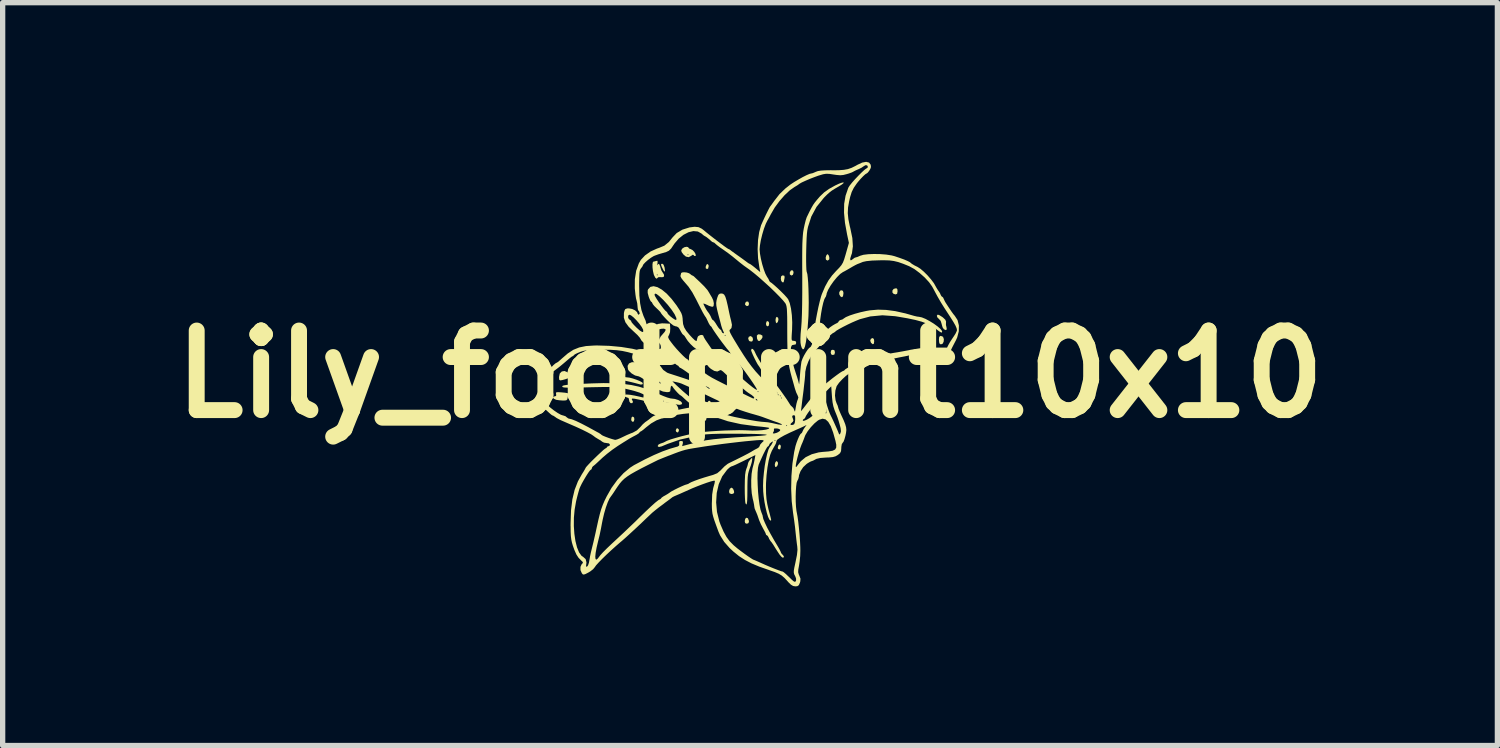
<source format=kicad_pcb>
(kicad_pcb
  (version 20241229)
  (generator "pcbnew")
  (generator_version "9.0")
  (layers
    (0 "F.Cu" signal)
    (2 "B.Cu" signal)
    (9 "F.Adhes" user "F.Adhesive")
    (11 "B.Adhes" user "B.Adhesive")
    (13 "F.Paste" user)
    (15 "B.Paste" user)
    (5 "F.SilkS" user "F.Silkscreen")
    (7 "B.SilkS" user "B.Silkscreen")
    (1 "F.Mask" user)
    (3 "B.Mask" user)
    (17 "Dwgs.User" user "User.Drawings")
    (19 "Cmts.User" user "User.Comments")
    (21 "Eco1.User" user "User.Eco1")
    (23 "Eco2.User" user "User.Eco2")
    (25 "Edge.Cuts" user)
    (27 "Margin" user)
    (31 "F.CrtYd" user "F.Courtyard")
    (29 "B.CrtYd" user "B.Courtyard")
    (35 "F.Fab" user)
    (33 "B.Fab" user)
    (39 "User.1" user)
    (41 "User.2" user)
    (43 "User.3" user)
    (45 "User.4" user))
  (footprint "Lily_footprint10x10"
    (layer "F.Cu")
    (at 11.086 4.001)
    (property "Reference" "Lily_footprint10x10" (at 0 0 0) (layer "F.SilkS") (effects (font (size 1.5 1.5) (thickness 0.3))))
    (attr board_only exclude_from_pos_files exclude_from_bom)
    (fp_poly (pts (xy -2.186 0.817) (xy -2.18 0.85) (xy -2.19 0.89) (xy -2.21 0.9) (xy -2.234 0.883) (xy -2.24 0.85) (xy -2.23 0.81) (xy -2.21 0.8)) (stroke (width 0) (type solid)) (fill yes) (layer "F.SilkS"))
    (fp_poly (pts (xy -1.346 1.037) (xy -1.34 1.06) (xy -1.353 1.093) (xy -1.37 1.1) (xy -1.394 1.083) (xy -1.4 1.06) (xy -1.387 1.027) (xy -1.37 1.02)) (stroke (width 0) (type solid)) (fill yes) (layer "F.SilkS"))
    (fp_poly (pts (xy -0.826 0.797) (xy -0.82 0.83) (xy -0.83 0.87) (xy -0.85 0.88) (xy -0.874 0.863) (xy -0.88 0.83) (xy -0.87 0.79) (xy -0.85 0.78)) (stroke (width 0) (type solid)) (fill yes) (layer "F.SilkS"))
    (fp_poly (pts (xy -0.783 -2.056) (xy -0.78 -2.032) (xy -0.79 -1.99) (xy -0.811 -1.98) (xy -0.835 -1.995) (xy -0.836 -2.023) (xy -0.821 -2.064) (xy -0.8 -2.075)) (stroke (width 0) (type solid)) (fill yes) (layer "F.SilkS"))
    (fp_poly (pts (xy 0.354 -0.983) (xy 0.36 -0.95) (xy 0.35 -0.91) (xy 0.33 -0.9) (xy 0.306 -0.917) (xy 0.3 -0.95) (xy 0.31 -0.99) (xy 0.33 -1)) (stroke (width 0) (type solid)) (fill yes) (layer "F.SilkS"))
    (fp_poly (pts (xy 0.577 1.344) (xy 0.58 1.368) (xy 0.57 1.41) (xy 0.549 1.42) (xy 0.525 1.405) (xy 0.524 1.377) (xy 0.539 1.336) (xy 0.56 1.325)) (stroke (width 0) (type solid)) (fill yes) (layer "F.SilkS"))
    (fp_poly (pts (xy 1.591 -0.448) (xy 1.6 -0.41) (xy 1.591 -0.371) (xy 1.56 -0.36) (xy 1.529 -0.372) (xy 1.52 -0.41) (xy 1.529 -0.449) (xy 1.56 -0.46)) (stroke (width 0) (type solid)) (fill yes) (layer "F.SilkS"))
    (fp_poly (pts (xy 2.333 -0.663) (xy 2.34 -0.62) (xy 2.333 -0.573) (xy 2.313 -0.563) (xy 2.28 -0.59) (xy 2.265 -0.63) (xy 2.277 -0.665) (xy 2.309 -0.68)) (stroke (width 0) (type solid)) (fill yes) (layer "F.SilkS"))
    (fp_poly (pts (xy -0.745 0.517) (xy -0.74 0.539) (xy -0.749 0.578) (xy -0.771 0.593) (xy -0.787 0.586) (xy -0.8 0.554) (xy -0.794 0.519) (xy -0.773 0.5) (xy -0.77 0.5)) (stroke (width 0) (type solid)) (fill yes) (layer "F.SilkS"))
    (fp_poly (pts (xy -0.043 2.715) (xy -0.038 2.722) (xy -0.02 2.771) (xy -0.029 2.807) (xy -0.06 2.82) (xy -0.092 2.808) (xy -0.1 2.771) (xy -0.091 2.727) (xy -0.069 2.706)) (stroke (width 0) (type solid)) (fill yes) (layer "F.SilkS"))
    (fp_poly (pts (xy -0.036 -1.367) (xy -0.023 -1.342) (xy -0.02 -1.319) (xy -0.033 -1.288) (xy -0.062 -1.282) (xy -0.089 -1.303) (xy -0.094 -1.312) (xy -0.09 -1.345) (xy -0.066 -1.368)) (stroke (width 0) (type solid)) (fill yes) (layer "F.SilkS"))
    (fp_poly (pts (xy 0.195 -0.747) (xy 0.233 -0.726) (xy 0.234 -0.691) (xy 0.212 -0.655) (xy 0.177 -0.624) (xy 0.149 -0.631) (xy 0.131 -0.673) (xy 0.128 -0.726) (xy 0.152 -0.75)) (stroke (width 0) (type solid)) (fill yes) (layer "F.SilkS"))
    (fp_poly (pts (xy 0.425 -0.225) (xy 0.435 -0.184) (xy 0.43 -0.16) (xy 0.408 -0.124) (xy 0.382 -0.123) (xy 0.363 -0.153) (xy 0.36 -0.18) (xy 0.369 -0.227) (xy 0.389 -0.24)) (stroke (width 0) (type solid)) (fill yes) (layer "F.SilkS"))
    (fp_poly (pts (xy 0.814 -1.943) (xy 0.82 -1.91) (xy 0.808 -1.872) (xy 0.781 -1.858) (xy 0.753 -1.876) (xy 0.751 -1.878) (xy 0.748 -1.914) (xy 0.766 -1.948) (xy 0.792 -1.96)) (stroke (width 0) (type solid)) (fill yes) (layer "F.SilkS"))
    (fp_poly (pts (xy 0.015 -0.716) (xy 0.044 -0.695) (xy 0.056 -0.659) (xy 0.047 -0.624) (xy 0.033 -0.614) (xy -0.004 -0.618) (xy -0.021 -0.631) (xy -0.035 -0.67) (xy -0.024 -0.703) (xy 0.008 -0.717)) (stroke (width 0) (type solid)) (fill yes) (layer "F.SilkS"))
    (fp_poly (pts (xy 0.522 1.656) (xy 0.527 1.692) (xy 0.512 1.731) (xy 0.512 1.731) (xy 0.487 1.753) (xy 0.472 1.743) (xy 0.466 1.709) (xy 0.474 1.669) (xy 0.491 1.643) (xy 0.499 1.64)) (stroke (width 0) (type solid)) (fill yes) (layer "F.SilkS"))
    (fp_poly (pts (xy 0.53 -1.06) (xy 0.535 -1.027) (xy 0.525 -0.987) (xy 0.506 -0.962) (xy 0.499 -0.96) (xy 0.486 -0.977) (xy 0.48 -1.019) (xy 0.48 -1.02) (xy 0.488 -1.065) (xy 0.506 -1.08)) (stroke (width 0) (type solid)) (fill yes) (layer "F.SilkS"))
    (fp_poly (pts (xy 1.238 -0.111) (xy 1.238 -0.111) (xy 1.257 -0.083) (xy 1.257 -0.047) (xy 1.24 -0.022) (xy 1.229 -0.02) (xy 1.196 -0.036) (xy 1.187 -0.051) (xy 1.187 -0.088) (xy 1.208 -0.112)) (stroke (width 0) (type solid)) (fill yes) (layer "F.SilkS"))
    (fp_poly (pts (xy 1.75 -1.57) (xy 1.76 -1.535) (xy 1.76 -1.521) (xy 1.752 -1.468) (xy 1.732 -1.449) (xy 1.703 -1.465) (xy 1.681 -1.505) (xy 1.682 -1.546) (xy 1.702 -1.575) (xy 1.72 -1.58)) (stroke (width 0) (type solid)) (fill yes) (layer "F.SilkS"))
    (fp_poly (pts (xy 2.776 -1.601) (xy 2.78 -1.56) (xy 2.772 -1.515) (xy 2.744 -1.502) (xy 2.705 -1.513) (xy 2.683 -1.539) (xy 2.684 -1.577) (xy 2.707 -1.606) (xy 2.712 -1.608) (xy 2.756 -1.619)) (stroke (width 0) (type solid)) (fill yes) (layer "F.SilkS"))
    (fp_poly (pts (xy -1.63 -2.062) (xy -1.613 -2.016) (xy -1.611 -2.008) (xy -1.603 -1.95) (xy -1.609 -1.93) (xy -1.626 -1.947) (xy -1.647 -1.987) (xy -1.672 -2.042) (xy -1.678 -2.069) (xy -1.666 -2.079) (xy -1.652 -2.08)) (stroke (width 0) (type solid)) (fill yes) (layer "F.SilkS"))
    (fp_poly (pts (xy -0.321 2.158) (xy -0.303 2.202) (xy -0.3 2.232) (xy -0.316 2.253) (xy -0.349 2.26) (xy -0.382 2.249) (xy -0.39 2.24) (xy -0.395 2.204) (xy -0.382 2.164) (xy -0.357 2.141) (xy -0.351 2.14)) (stroke (width 0) (type solid)) (fill yes) (layer "F.SilkS"))
    (fp_poly (pts (xy 0.646 -1.854) (xy 0.652 -1.829) (xy 0.647 -1.795) (xy 0.637 -1.748) (xy 0.63 -1.73) (xy 0.617 -1.73) (xy 0.605 -1.734) (xy 0.587 -1.759) (xy 0.58 -1.802) (xy 0.587 -1.845) (xy 0.611 -1.86) (xy 0.62 -1.86)) (stroke (width 0) (type solid)) (fill yes) (layer "F.SilkS"))
    (fp_poly (pts (xy 1.48 -2.243) (xy 1.493 -2.206) (xy 1.494 -2.169) (xy 1.49 -2.16) (xy 1.465 -2.141) (xy 1.46 -2.14) (xy 1.434 -2.154) (xy 1.43 -2.16) (xy 1.425 -2.193) (xy 1.435 -2.232) (xy 1.453 -2.258) (xy 1.46 -2.26)) (stroke (width 0) (type solid)) (fill yes) (layer "F.SilkS"))
    (fp_poly (pts (xy 3.637 -0.704) (xy 3.653 -0.659) (xy 3.648 -0.608) (xy 3.626 -0.569) (xy 3.593 -0.561) (xy 3.573 -0.573) (xy 3.564 -0.601) (xy 3.56 -0.649) (xy 3.56 -0.653) (xy 3.565 -0.701) (xy 3.585 -0.719) (xy 3.598 -0.72)) (stroke (width 0) (type solid)) (fill yes) (layer "F.SilkS"))
    (fp_poly (pts (xy -3.44 -0.035) (xy -3.407 -0.005) (xy -3.36 0.05) (xy -3.422 0.076) (xy -3.486 0.098) (xy -3.542 0.113) (xy -3.58 0.118) (xy -3.597 0.104) (xy -3.6 0.062) (xy -3.6 0.053) (xy -3.586 -0.012) (xy -3.548 -0.05) (xy -3.497 -0.059)) (stroke (width 0) (type solid)) (fill yes) (layer "F.SilkS"))
    (fp_poly (pts (xy 3.572 -1.109) (xy 3.618 -1.08) (xy 3.635 -1.068) (xy 3.681 -1.024) (xy 3.695 -0.987) (xy 3.693 -0.976) (xy 3.692 -0.926) (xy 3.701 -0.889) (xy 3.708 -0.845) (xy 3.69 -0.829) (xy 3.653 -0.846) (xy 3.629 -0.881) (xy 3.613 -0.935) (xy 3.613 -0.939) (xy 3.593 -1.003) (xy 3.563 -1.036) (xy 3.531 -1.068) (xy 3.52 -1.099) (xy 3.533 -1.119) (xy 3.543 -1.12)) (stroke (width 0) (type solid)) (fill yes) (layer "F.SilkS"))
    (fp_poly (pts (xy -2.43 0.035) (xy -2.421 0.039) (xy -2.371 0.055) (xy -2.328 0.06) (xy -2.274 0.066) (xy -2.207 0.083) (xy -2.137 0.107) (xy -2.076 0.132) (xy -2.033 0.156) (xy -2.02 0.173) (xy -2.03 0.194) (xy -2.063 0.196) (xy -2.12 0.181) (xy -2.168 0.168) (xy -2.236 0.151) (xy -2.28 0.141) (xy -2.365 0.122) (xy -2.417 0.107) (xy -2.446 0.095) (xy -2.458 0.08) (xy -2.46 0.059) (xy -2.46 0.058) (xy -2.454 0.031)) (stroke (width 0) (type solid)) (fill yes) (layer "F.SilkS"))
    (fp_poly (pts (xy -3.553 0.344) (xy -3.49 0.35) (xy -3.446 0.357) (xy -3.432 0.362) (xy -3.43 0.385) (xy -3.434 0.431) (xy -3.435 0.435) (xy -3.444 0.476) (xy -3.464 0.494) (xy -3.506 0.498) (xy -3.527 0.498) (xy -3.593 0.493) (xy -3.65 0.485) (xy -3.659 0.482) (xy -3.699 0.463) (xy -3.715 0.44) (xy -3.704 0.423) (xy -3.684 0.42) (xy -3.655 0.411) (xy -3.654 0.379) (xy -3.655 0.377) (xy -3.659 0.353) (xy -3.648 0.342) (xy -3.614 0.34)) (stroke (width 0) (type solid)) (fill yes) (layer "F.SilkS"))
    (fp_poly (pts (xy -1.166 -2.393) (xy -1.16 -2.381) (xy -1.143 -2.364) (xy -1.119 -2.356) (xy -1.084 -2.338) (xy -1.05 -2.303) (xy -1.027 -2.263) (xy -1.024 -2.231) (xy -1.027 -2.226) (xy -1.049 -2.226) (xy -1.058 -2.237) (xy -1.077 -2.251) (xy -1.103 -2.234) (xy -1.106 -2.231) (xy -1.156 -2.204) (xy -1.209 -2.215) (xy -1.25 -2.25) (xy -1.18 -2.25) (xy -1.17 -2.24) (xy -1.16 -2.25) (xy -1.17 -2.26) (xy -1.18 -2.25) (xy -1.25 -2.25) (xy -1.255 -2.254) (xy -1.29 -2.301) (xy -1.297 -2.334) (xy -1.277 -2.366) (xy -1.271 -2.371) (xy -1.237 -2.392) (xy -1.196 -2.4)) (stroke (width 0) (type solid)) (fill yes) (layer "F.SilkS"))
    (fp_poly (pts (xy 0.04 1.615) (xy 0.033 1.657) (xy 0.015 1.72) (xy -0.005 1.774) (xy -0.023 1.827) (xy -0.036 1.879) (xy -0.044 1.939) (xy -0.048 2.017) (xy -0.05 2.123) (xy -0.05 2.175) (xy -0.051 2.299) (xy -0.054 2.386) (xy -0.06 2.438) (xy -0.068 2.458) (xy -0.08 2.447) (xy -0.088 2.428) (xy -0.092 2.397) (xy -0.096 2.335) (xy -0.099 2.249) (xy -0.1 2.149) (xy -0.1 2.128) (xy -0.098 1.996) (xy -0.093 1.898) (xy -0.082 1.828) (xy -0.07 1.787) (xy -0.05 1.733) (xy -0.04 1.692) (xy -0.04 1.687) (xy -0.027 1.652) (xy 0 1.615) (xy 0.04 1.572)) (stroke (width 0) (type solid)) (fill yes) (layer "F.SilkS"))
    (fp_poly (pts (xy -1.742 -2.113) (xy -1.745 -2.088) (xy -1.749 -2.055) (xy -1.746 -2.053) (xy -1.745 -2.055) (xy -1.728 -2.079) (xy -1.709 -2.068) (xy -1.692 -2.025) (xy -1.689 -2.011) (xy -1.672 -1.957) (xy -1.65 -1.92) (xy -1.648 -1.918) (xy -1.624 -1.879) (xy -1.62 -1.858) (xy -1.628 -1.832) (xy -1.66 -1.826) (xy -1.68 -1.828) (xy -1.722 -1.828) (xy -1.74 -1.818) (xy -1.74 -1.817) (xy -1.756 -1.801) (xy -1.765 -1.8) (xy -1.786 -1.817) (xy -1.808 -1.861) (xy -1.812 -1.87) (xy -1.76 -1.87) (xy -1.75 -1.86) (xy -1.74 -1.87) (xy -1.75 -1.88) (xy -1.76 -1.87) (xy -1.812 -1.87) (xy -1.815 -1.88) (xy -1.83 -1.944) (xy -1.838 -2.011) (xy -1.839 -2.07) (xy -1.832 -2.11) (xy -1.822 -2.12) (xy -1.788 -2.127) (xy -1.769 -2.133) (xy -1.746 -2.136)) (stroke (width 0) (type solid)) (fill yes) (layer "F.SilkS"))
    (fp_poly (pts (xy 1.763 -3.601) (xy 1.732 -3.575) (xy 1.68 -3.542) (xy 1.599 -3.495) (xy 1.542 -3.459) (xy 1.498 -3.425) (xy 1.454 -3.386) (xy 1.401 -3.333) (xy 1.383 -3.313) (xy 1.253 -3.152) (xy 1.155 -2.97) (xy 1.092 -2.774) (xy 1.079 -2.71) (xy 1.072 -2.648) (xy 1.066 -2.561) (xy 1.062 -2.458) (xy 1.059 -2.346) (xy 1.057 -2.233) (xy 1.057 -2.127) (xy 1.059 -2.035) (xy 1.062 -1.965) (xy 1.068 -1.925) (xy 1.07 -1.921) (xy 1.08 -1.885) (xy 1.088 -1.816) (xy 1.096 -1.721) (xy 1.101 -1.606) (xy 1.104 -1.48) (xy 1.106 -1.348) (xy 1.104 -1.218) (xy 1.101 -1.097) (xy 1.098 -1.05) (xy 1.085 -0.869) (xy 1.07 -0.719) (xy 1.053 -0.603) (xy 1.035 -0.521) (xy 1.016 -0.475) (xy 0.996 -0.466) (xy 0.975 -0.494) (xy 0.96 -0.539) (xy 0.951 -0.591) (xy 0.949 -0.662) (xy 0.953 -0.758) (xy 0.964 -0.875) (xy 0.972 -0.988) (xy 0.978 -1.138) (xy 0.982 -1.322) (xy 0.984 -1.537) (xy 0.984 -1.781) (xy 0.984 -1.85) (xy 0.983 -2.05) (xy 0.983 -2.214) (xy 0.984 -2.348) (xy 0.986 -2.456) (xy 0.99 -2.543) (xy 0.995 -2.615) (xy 1.001 -2.675) (xy 1.01 -2.728) (xy 1.012 -2.74) (xy 1.03 -2.824) (xy 1.049 -2.899) (xy 1.066 -2.951) (xy 1.07 -2.96) (xy 1.119 -3.061) (xy 1.157 -3.134) (xy 1.19 -3.191) (xy 1.224 -3.239) (xy 1.265 -3.289) (xy 1.318 -3.35) (xy 1.395 -3.424) (xy 1.489 -3.491) (xy 1.602 -3.554) (xy 1.679 -3.59) (xy 1.734 -3.609) (xy 1.763 -3.613)) (stroke (width 0) (type solid)) (fill yes) (layer "F.SilkS"))
    (fp_poly (pts (xy -2.568 0.172) (xy -2.395 0.184) (xy -2.239 0.205) (xy -2.096 0.236) (xy -1.958 0.278) (xy -1.82 0.331) (xy -1.726 0.373) (xy -1.641 0.41) (xy -1.563 0.44) (xy -1.503 0.457) (xy -1.48 0.46) (xy -1.416 0.468) (xy -1.353 0.488) (xy -1.304 0.515) (xy -1.281 0.544) (xy -1.28 0.549) (xy -1.293 0.572) (xy -1.333 0.579) (xy -1.405 0.569) (xy -1.481 0.552) (xy -1.541 0.537) (xy -1.584 0.53) (xy -1.597 0.531) (xy -1.586 0.54) (xy -1.552 0.551) (xy -1.515 0.57) (xy -1.501 0.596) (xy -1.512 0.615) (xy -1.535 0.619) (xy -1.578 0.611) (xy -1.63 0.593) (xy -1.678 0.576) (xy -1.752 0.556) (xy -1.835 0.536) (xy -1.85 0.533) (xy -1.939 0.514) (xy -1.958 0.51) (xy -1.64 0.51) (xy -1.63 0.52) (xy -1.62 0.51) (xy -1.63 0.5) (xy -1.64 0.51) (xy -1.958 0.51) (xy -2.024 0.496) (xy -2.049 0.49) (xy -1.74 0.49) (xy -1.73 0.5) (xy -1.72 0.49) (xy -1.73 0.48) (xy -1.74 0.49) (xy -2.049 0.49) (xy -2.09 0.481) (xy -2.095 0.48) (xy -2.159 0.467) (xy -1.813 0.467) (xy -1.811 0.479) (xy -1.8 0.48) (xy -1.784 0.473) (xy -1.787 0.467) (xy -1.81 0.464) (xy -1.813 0.467) (xy -2.159 0.467) (xy -2.174 0.464) (xy -2.218 0.46) (xy -2.231 0.47) (xy -2.221 0.489) (xy -2.206 0.524) (xy -2.22 0.547) (xy -2.251 0.547) (xy -2.273 0.52) (xy -2.28 0.488) (xy -2.29 0.45) (xy -2.32 0.44) (xy -2.353 0.427) (xy -2.36 0.408) (xy -2.354 0.39) (xy -2.329 0.384) (xy -2.277 0.388) (xy -2.259 0.39) (xy -2.177 0.404) (xy -2.086 0.424) (xy -2.054 0.432) (xy -1.983 0.448) (xy -1.917 0.458) (xy -1.891 0.46) (xy -1.852 0.458) (xy -1.848 0.449) (xy -1.871 0.431) (xy -1.916 0.407) (xy -1.946 0.401) (xy -1.99 0.39) (xy -2.026 0.373) (xy -2.078 0.35) (xy -2.165 0.322) (xy -2.279 0.292) (xy -2.416 0.26) (xy -2.424 0.258) (xy -2.478 0.25) (xy -2.553 0.245) (xy -2.652 0.242) (xy -2.781 0.243) (xy -2.942 0.246) (xy -3.039 0.248) (xy -3.195 0.253) (xy -3.316 0.255) (xy -3.405 0.256) (xy -3.468 0.254) (xy -3.508 0.251) (xy -3.531 0.245) (xy -3.539 0.237) (xy -3.54 0.233) (xy -3.533 0.221) (xy -3.508 0.212) (xy -3.46 0.204) (xy -3.383 0.196) (xy -3.273 0.189) (xy -3.245 0.187) (xy -2.987 0.175) (xy -2.763 0.169)) (stroke (width 0) (type solid)) (fill yes) (layer "F.SilkS"))
    (fp_poly (pts (xy 2.243 -3.987) (xy 2.274 -3.946) (xy 2.279 -3.903) (xy 2.268 -3.87) (xy 2.243 -3.828) (xy 2.214 -3.793) (xy 2.194 -3.78) (xy 2.171 -3.766) (xy 2.131 -3.729) (xy 2.083 -3.679) (xy 2.034 -3.622) (xy 2.009 -3.59) (xy 1.955 -3.511) (xy 1.916 -3.433) (xy 1.887 -3.341) (xy 1.868 -3.26) (xy 1.847 -3.141) (xy 1.842 -3.033) (xy 1.853 -2.921) (xy 1.879 -2.792) (xy 1.89 -2.748) (xy 1.928 -2.564) (xy 1.938 -2.408) (xy 1.921 -2.28) (xy 1.907 -2.24) (xy 1.888 -2.178) (xy 1.89 -2.147) (xy 1.911 -2.148) (xy 1.936 -2.167) (xy 1.972 -2.193) (xy 1.994 -2.2) (xy 2.024 -2.208) (xy 2.071 -2.229) (xy 2.076 -2.231) (xy 2.137 -2.249) (xy 2.227 -2.26) (xy 2.336 -2.264) (xy 2.453 -2.262) (xy 2.567 -2.253) (xy 2.668 -2.237) (xy 2.723 -2.223) (xy 2.818 -2.191) (xy 2.904 -2.16) (xy 2.971 -2.131) (xy 3.013 -2.109) (xy 3.02 -2.103) (xy 3.05 -2.078) (xy 3.102 -2.047) (xy 3.157 -2.02) (xy 3.21 -1.986) (xy 3.276 -1.93) (xy 3.347 -1.859) (xy 3.412 -1.784) (xy 3.464 -1.715) (xy 3.48 -1.687) (xy 3.513 -1.628) (xy 3.542 -1.581) (xy 3.554 -1.565) (xy 3.58 -1.525) (xy 3.59 -1.5) (xy 3.607 -1.468) (xy 3.619 -1.46) (xy 3.638 -1.444) (xy 3.647 -1.425) (xy 3.668 -1.379) (xy 3.684 -1.35) (xy 3.749 -1.25) (xy 3.797 -1.179) (xy 3.831 -1.132) (xy 3.854 -1.104) (xy 3.857 -1.101) (xy 3.91 -1.02) (xy 3.936 -0.918) (xy 3.934 -0.806) (xy 3.904 -0.691) (xy 3.881 -0.64) (xy 3.844 -0.569) (xy 3.809 -0.501) (xy 3.792 -0.465) (xy 3.762 -0.4) (xy 3.483 -0.402) (xy 3.315 -0.399) (xy 3.183 -0.39) (xy 3.087 -0.373) (xy 3.011 -0.355) (xy 2.913 -0.334) (xy 2.813 -0.315) (xy 2.79 -0.31) (xy 2.592 -0.27) (xy 2.4 -0.221) (xy 2.221 -0.166) (xy 2.063 -0.109) (xy 1.933 -0.05) (xy 1.871 -0.015) (xy 1.806 0.034) (xy 1.738 0.097) (xy 1.677 0.163) (xy 1.636 0.221) (xy 1.631 0.23) (xy 1.608 0.31) (xy 1.601 0.404) (xy 1.612 0.494) (xy 1.63 0.547) (xy 1.651 0.593) (xy 1.66 0.625) (xy 1.66 0.625) (xy 1.668 0.653) (xy 1.689 0.705) (xy 1.717 0.768) (xy 1.764 0.869) (xy 1.794 0.944) (xy 1.81 1.002) (xy 1.815 1.053) (xy 1.809 1.107) (xy 1.798 1.16) (xy 1.78 1.226) (xy 1.761 1.275) (xy 1.745 1.295) (xy 1.729 1.32) (xy 1.72 1.374) (xy 1.72 1.391) (xy 1.715 1.451) (xy 1.696 1.49) (xy 1.656 1.523) (xy 1.613 1.548) (xy 1.562 1.563) (xy 1.493 1.57) (xy 1.436 1.572) (xy 1.325 1.58) (xy 1.252 1.597) (xy 1.231 1.608) (xy 1.188 1.631) (xy 1.161 1.64) (xy 1.134 1.651) (xy 1.088 1.678) (xy 1.065 1.694) (xy 1.002 1.753) (xy 0.952 1.828) (xy 0.923 1.903) (xy 0.92 1.933) (xy 0.908 1.98) (xy 0.891 2.011) (xy 0.878 2.048) (xy 0.869 2.115) (xy 0.863 2.204) (xy 0.86 2.303) (xy 0.861 2.406) (xy 0.866 2.5) (xy 0.875 2.579) (xy 0.881 2.61) (xy 0.894 2.68) (xy 0.908 2.78) (xy 0.921 2.899) (xy 0.933 3.026) (xy 0.942 3.151) (xy 0.947 3.263) (xy 0.948 3.33) (xy 0.945 3.428) (xy 0.935 3.529) (xy 0.922 3.613) (xy 0.909 3.685) (xy 0.907 3.733) (xy 0.917 3.772) (xy 0.929 3.799) (xy 0.95 3.854) (xy 0.947 3.905) (xy 0.94 3.931) (xy 0.919 3.978) (xy 0.89 3.997) (xy 0.853 4) (xy 0.812 3.993) (xy 0.771 3.969) (xy 0.722 3.921) (xy 0.703 3.899) (xy 0.649 3.841) (xy 0.598 3.797) (xy 0.54 3.762) (xy 0.465 3.73) (xy 0.361 3.694) (xy 0.357 3.692) (xy 0.177 3.629) (xy 0.028 3.567) (xy -0.097 3.502) (xy -0.208 3.43) (xy -0.313 3.345) (xy -0.385 3.278) (xy -0.487 3.162) (xy -0.565 3.038) (xy -0.595 2.97) (xy -0.639 2.85) (xy -0.672 2.758) (xy -0.694 2.688) (xy -0.708 2.631) (xy -0.715 2.578) (xy -0.719 2.522) (xy -0.72 2.454) (xy -0.72 2.427) (xy -0.719 2.417) (xy -0.639 2.417) (xy -0.623 2.598) (xy -0.578 2.778) (xy -0.555 2.84) (xy -0.499 2.968) (xy -0.445 3.067) (xy -0.385 3.149) (xy -0.311 3.224) (xy -0.24 3.284) (xy -0.177 3.332) (xy -0.108 3.383) (xy -0.041 3.431) (xy 0.017 3.47) (xy 0.057 3.495) (xy 0.07 3.5) (xy 0.09 3.508) (xy 0.137 3.528) (xy 0.2 3.556) (xy 0.204 3.558) (xy 0.291 3.597) (xy 0.381 3.635) (xy 0.468 3.67) (xy 0.541 3.698) (xy 0.592 3.716) (xy 0.612 3.72) (xy 0.634 3.733) (xy 0.676 3.768) (xy 0.727 3.817) (xy 0.73 3.819) (xy 0.788 3.876) (xy 0.825 3.907) (xy 0.847 3.915) (xy 0.86 3.905) (xy 0.868 3.888) (xy 0.867 3.85) (xy 0.848 3.801) (xy 0.846 3.799) (xy 0.832 3.772) (xy 0.825 3.743) (xy 0.825 3.706) (xy 0.834 3.65) (xy 0.852 3.567) (xy 0.858 3.538) (xy 0.884 3.408) (xy 0.894 3.311) (xy 0.89 3.252) (xy 0.882 3.194) (xy 0.872 3.111) (xy 0.862 3.018) (xy 0.859 2.99) (xy 0.848 2.884) (xy 0.832 2.761) (xy 0.815 2.643) (xy 0.81 2.61) (xy 0.785 2.394) (xy 0.775 2.16) (xy 0.78 1.92) (xy 0.794 1.743) (xy 0.861 1.743) (xy 0.869 1.753) (xy 0.886 1.732) (xy 0.916 1.692) (xy 0.956 1.643) (xy 0.96 1.639) (xy 1.048 1.566) (xy 1.163 1.51) (xy 1.294 1.475) (xy 1.369 1.466) (xy 1.48 1.457) (xy 1.557 1.444) (xy 1.603 1.421) (xy 1.624 1.385) (xy 1.625 1.331) (xy 1.61 1.258) (xy 1.566 1.101) (xy 1.522 0.982) (xy 1.474 0.9) (xy 1.423 0.853) (xy 1.367 0.84) (xy 1.305 0.859) (xy 1.278 0.875) (xy 1.214 0.928) (xy 1.146 1) (xy 1.086 1.077) (xy 1.043 1.148) (xy 1.03 1.18) (xy 1.013 1.227) (xy 0.987 1.292) (xy 0.97 1.33) (xy 0.946 1.394) (xy 0.92 1.476) (xy 0.895 1.565) (xy 0.875 1.648) (xy 0.863 1.714) (xy 0.861 1.743) (xy 0.794 1.743) (xy 0.799 1.686) (xy 0.831 1.471) (xy 0.856 1.358) (xy 0.876 1.294) (xy 0.901 1.228) (xy 0.927 1.169) (xy 0.95 1.13) (xy 0.962 1.12) (xy 0.979 1.104) (xy 0.987 1.085) (xy 1.007 1.042) (xy 1.032 1.004) (xy 1.066 0.958) (xy 1.008 0.987) (xy 0.948 1.015) (xy 0.882 1.044) (xy 0.88 1.045) (xy 0.751 1.103) (xy 0.644 1.155) (xy 0.565 1.2) (xy 0.515 1.235) (xy 0.5 1.257) (xy 0.49 1.3) (xy 0.475 1.332) (xy 0.448 1.379) (xy 0.416 1.436) (xy 0.412 1.442) (xy 0.38 1.52) (xy 0.351 1.629) (xy 0.328 1.76) (xy 0.311 1.905) (xy 0.301 2.055) (xy 0.3 2.13) (xy 0.302 2.255) (xy 0.31 2.357) (xy 0.325 2.45) (xy 0.348 2.55) (xy 0.35 2.556) (xy 0.374 2.647) (xy 0.389 2.706) (xy 0.397 2.74) (xy 0.397 2.755) (xy 0.392 2.76) (xy 0.384 2.76) (xy 0.364 2.741) (xy 0.34 2.69) (xy 0.316 2.613) (xy 0.293 2.516) (xy 0.272 2.409) (xy 0.256 2.296) (xy 0.248 2.21) (xy 0.245 2.104) (xy 0.249 1.984) (xy 0.261 1.856) (xy 0.277 1.728) (xy 0.298 1.609) (xy 0.322 1.504) (xy 0.347 1.422) (xy 0.373 1.37) (xy 0.382 1.36) (xy 0.4 1.336) (xy 0.418 1.304) (xy 0.433 1.272) (xy 0.424 1.271) (xy 0.401 1.284) (xy 0.369 1.313) (xy 0.36 1.335) (xy 0.347 1.358) (xy 0.339 1.36) (xy 0.321 1.378) (xy 0.292 1.428) (xy 0.253 1.505) (xy 0.207 1.605) (xy 0.163 1.706) (xy 0.15 1.764) (xy 0.142 1.854) (xy 0.14 1.965) (xy 0.144 2.09) (xy 0.151 2.22) (xy 0.163 2.346) (xy 0.178 2.459) (xy 0.196 2.551) (xy 0.217 2.614) (xy 0.219 2.618) (xy 0.236 2.663) (xy 0.24 2.686) (xy 0.25 2.73) (xy 0.28 2.802) (xy 0.325 2.897) (xy 0.385 3.009) (xy 0.455 3.133) (xy 0.522 3.245) (xy 0.554 3.301) (xy 0.575 3.343) (xy 0.58 3.358) (xy 0.594 3.384) (xy 0.61 3.4) (xy 0.637 3.432) (xy 0.634 3.455) (xy 0.615 3.459) (xy 0.592 3.443) (xy 0.557 3.402) (xy 0.525 3.354) (xy 0.485 3.292) (xy 0.451 3.237) (xy 0.435 3.211) (xy 0.404 3.167) (xy 0.386 3.146) (xy 0.36 3.105) (xy 0.35 3.08) (xy 0.332 3.048) (xy 0.319 3.04) (xy 0.3 3.025) (xy 0.3 3.021) (xy 0.291 2.994) (xy 0.266 2.946) (xy 0.244 2.906) (xy 0.205 2.831) (xy 0.171 2.752) (xy 0.16 2.72) (xy 0.137 2.653) (xy 0.113 2.595) (xy 0.106 2.58) (xy 0.086 2.53) (xy 0.08 2.496) (xy 0.075 2.459) (xy 0.063 2.398) (xy 0.05 2.347) (xy 0.032 2.247) (xy 0.023 2.127) (xy 0.022 1.999) (xy 0.029 1.88) (xy 0.045 1.782) (xy 0.048 1.769) (xy 0.068 1.694) (xy 0.084 1.621) (xy 0.088 1.597) (xy 0.101 1.525) (xy -0.115 1.632) (xy -0.2 1.673) (xy -0.273 1.708) (xy -0.326 1.731) (xy -0.351 1.739) (xy -0.377 1.753) (xy -0.416 1.787) (xy -0.434 1.805) (xy -0.525 1.927) (xy -0.59 2.075) (xy -0.628 2.24) (xy -0.639 2.417) (xy -0.719 2.417) (xy -0.714 2.27) (xy -0.695 2.151) (xy -0.687 2.122) (xy -0.67 2.063) (xy -0.663 2.021) (xy -0.664 2.009) (xy -0.688 2.01) (xy -0.741 2.023) (xy -0.815 2.047) (xy -0.904 2.079) (xy -0.998 2.115) (xy -1.091 2.153) (xy -1.16 2.184) (xy -1.241 2.22) (xy -1.317 2.254) (xy -1.373 2.278) (xy -1.38 2.281) (xy -1.431 2.303) (xy -1.467 2.322) (xy -1.47 2.325) (xy -1.494 2.344) (xy -1.542 2.38) (xy -1.605 2.426) (xy -1.63 2.446) (xy -1.719 2.512) (xy -1.786 2.565) (xy -1.843 2.612) (xy -1.898 2.664) (xy -1.947 2.71) (xy -2.046 2.805) (xy -2.15 2.903) (xy -2.252 2.997) (xy -2.344 3.081) (xy -2.419 3.147) (xy -2.447 3.17) (xy -2.531 3.243) (xy -2.62 3.323) (xy -2.708 3.405) (xy -2.788 3.483) (xy -2.855 3.552) (xy -2.903 3.605) (xy -2.925 3.637) (xy -2.957 3.676) (xy -3.011 3.718) (xy -3.046 3.739) (xy -3.102 3.768) (xy -3.134 3.778) (xy -3.154 3.772) (xy -3.171 3.751) (xy -3.196 3.694) (xy -3.196 3.633) (xy -3.174 3.584) (xy -3.168 3.578) (xy -3.149 3.557) (xy -3.157 3.536) (xy -3.184 3.511) (xy -3.232 3.462) (xy -3.272 3.401) (xy -3.309 3.318) (xy -3.339 3.235) (xy -3.357 3.174) (xy -3.369 3.116) (xy -3.377 3.051) (xy -3.381 2.969) (xy -3.382 2.862) (xy -3.321 2.862) (xy -3.311 3.01) (xy -3.291 3.146) (xy -3.261 3.265) (xy -3.223 3.359) (xy -3.176 3.424) (xy -3.145 3.445) (xy -3.098 3.487) (xy -3.083 3.55) (xy -3.088 3.591) (xy -3.092 3.625) (xy -3.076 3.629) (xy -3.072 3.628) (xy -3.053 3.603) (xy -3.036 3.553) (xy -3.031 3.524) (xy -3.017 3.445) (xy -3.017 3.441) (xy -2.917 3.441) (xy -2.912 3.485) (xy -2.896 3.497) (xy -2.868 3.474) (xy -2.854 3.455) (xy -2.822 3.413) (xy -2.771 3.357) (xy -2.698 3.284) (xy -2.6 3.191) (xy -2.475 3.075) (xy -2.473 3.073) (xy -2.376 2.983) (xy -2.267 2.879) (xy -2.16 2.777) (xy -2.096 2.713) (xy -1.971 2.592) (xy -1.868 2.495) (xy -1.788 2.423) (xy -1.731 2.378) (xy -1.701 2.36) (xy -1.699 2.36) (xy -1.68 2.347) (xy -1.68 2.345) (xy -1.664 2.326) (xy -1.624 2.299) (xy -1.606 2.29) (xy -1.555 2.26) (xy -1.517 2.235) (xy -1.511 2.23) (xy -1.481 2.21) (xy -1.427 2.181) (xy -1.361 2.148) (xy -1.294 2.117) (xy -1.236 2.092) (xy -1.201 2.08) (xy -1.197 2.08) (xy -1.163 2.068) (xy -1.142 2.054) (xy -1.107 2.036) (xy -1.043 2.01) (xy -0.958 1.979) (xy -0.862 1.948) (xy -0.762 1.918) (xy -0.698 1.9) (xy -0.619 1.868) (xy -0.552 1.812) (xy -0.535 1.793) (xy -0.481 1.738) (xy -0.423 1.692) (xy -0.398 1.678) (xy -0.253 1.607) (xy -0.133 1.547) (xy -0.039 1.498) (xy 0.022 1.464) (xy 0.03 1.459) (xy 0.085 1.426) (xy 0.134 1.401) (xy 0.135 1.401) (xy 0.17 1.376) (xy 0.18 1.355) (xy 0.194 1.324) (xy 0.225 1.29) (xy 0.255 1.262) (xy 0.255 1.25) (xy 0.46 1.25) (xy 0.47 1.26) (xy 0.48 1.25) (xy 0.47 1.24) (xy 0.46 1.25) (xy 0.255 1.25) (xy 0.255 1.25) (xy 0.23 1.243) (xy 0.194 1.242) (xy 0.124 1.246) (xy 0.027 1.255) (xy -0.092 1.266) (xy -0.227 1.281) (xy -0.371 1.298) (xy -0.518 1.316) (xy -0.663 1.336) (xy -0.8 1.355) (xy -0.84 1.361) (xy -0.973 1.382) (xy -1.074 1.398) (xy -1.154 1.412) (xy -1.22 1.427) (xy -1.282 1.445) (xy -1.347 1.467) (xy -1.425 1.496) (xy -1.525 1.535) (xy -1.53 1.536) (xy -1.611 1.568) (xy -1.68 1.596) (xy -1.727 1.615) (xy -1.74 1.621) (xy -1.909 1.705) (xy -2.047 1.775) (xy -2.157 1.834) (xy -2.245 1.884) (xy -2.314 1.929) (xy -2.369 1.971) (xy -2.415 2.015) (xy -2.455 2.062) (xy -2.494 2.116) (xy -2.533 2.174) (xy -2.572 2.234) (xy -2.603 2.279) (xy -2.619 2.3) (xy -2.619 2.3) (xy -2.649 2.344) (xy -2.683 2.418) (xy -2.718 2.515) (xy -2.75 2.626) (xy -2.777 2.741) (xy -2.79 2.806) (xy -2.81 2.913) (xy -2.835 3.033) (xy -2.861 3.138) (xy -2.863 3.146) (xy -2.892 3.269) (xy -2.91 3.368) (xy -2.917 3.441) (xy -3.017 3.441) (xy -3.001 3.367) (xy -2.997 3.35) (xy -2.951 3.163) (xy -2.912 2.992) (xy -2.89 2.89) (xy -2.859 2.749) (xy -2.832 2.639) (xy -2.806 2.548) (xy -2.777 2.468) (xy -2.743 2.388) (xy -2.701 2.303) (xy -2.61 2.143) (xy -2.502 1.995) (xy -2.384 1.866) (xy -2.262 1.764) (xy -2.188 1.716) (xy -1.987 1.61) (xy -1.811 1.525) (xy -1.654 1.458) (xy -1.512 1.407) (xy -1.418 1.38) (xy -1.363 1.364) (xy -1.337 1.346) (xy -1.334 1.32) (xy -1.335 1.308) (xy -1.336 1.272) (xy -1.311 1.26) (xy -1.3 1.26) (xy -1.269 1.266) (xy -1.265 1.293) (xy -1.268 1.309) (xy -1.28 1.357) (xy -1.165 1.327) (xy -1.076 1.304) (xy -0.981 1.28) (xy -0.94 1.269) (xy -0.831 1.247) (xy -0.685 1.227) (xy -0.5 1.209) (xy -0.277 1.192) (xy -0.08 1.18) (xy 0.078 1.171) (xy 0.196 1.163) (xy 0.274 1.155) (xy 0.312 1.148) (xy 0.311 1.141) (xy 0.27 1.136) (xy 0.19 1.131) (xy 0.071 1.127) (xy -0.088 1.125) (xy -0.192 1.123) (xy -0.4 1.123) (xy -0.574 1.124) (xy -0.713 1.128) (xy -0.815 1.134) (xy -0.879 1.141) (xy -0.88 1.142) (xy -0.963 1.158) (xy -1.046 1.174) (xy -1.08 1.18) (xy -1.322 1.234) (xy -1.551 1.314) (xy -1.59 1.33) (xy -1.667 1.362) (xy -1.715 1.373) (xy -1.737 1.364) (xy -1.74 1.352) (xy -1.723 1.325) (xy -1.685 1.308) (xy -1.637 1.292) (xy -1.61 1.279) (xy -1.568 1.257) (xy -1.495 1.23) (xy -1.398 1.201) (xy -1.286 1.17) (xy -1.167 1.141) (xy -1.048 1.116) (xy -1.04 1.114) (xy 0.429 1.114) (xy 0.45 1.12) (xy 0.496 1.108) (xy 0.526 1.095) (xy 0.566 1.068) (xy 0.567 1.045) (xy 0.531 1.028) (xy 0.501 1.024) (xy 0.457 1.024) (xy 0.449 1.038) (xy 0.45 1.039) (xy 0.45 1.072) (xy 0.439 1.091) (xy 0.429 1.114) (xy -1.04 1.114) (xy -0.97 1.102) (xy -0.882 1.09) (xy -0.764 1.08) (xy -0.627 1.071) (xy -0.481 1.063) (xy -0.338 1.059) (xy -0.206 1.056) (xy -0.098 1.058) (xy -0.05 1.06) (xy 0.048 1.064) (xy 0.144 1.062) (xy 0.23 1.056) (xy 0.3 1.046) (xy 0.346 1.033) (xy 0.362 1.018) (xy 0.358 1.012) (xy 0.336 1.007) (xy 0.282 0.999) (xy 0.204 0.99) (xy 0.11 0.981) (xy 0.1 0.98) (xy 0.027 0.97) (xy 0.68 0.97) (xy 0.69 0.98) (xy 0.7 0.97) (xy 0.69 0.96) (xy 0.68 0.97) (xy 0.027 0.97) (xy -0.173 0.943) (xy -0.419 0.888) (xy -0.645 0.812) (xy -0.769 0.758) (xy -0.827 0.742) (xy -0.915 0.734) (xy -1.024 0.733) (xy -1.144 0.738) (xy -1.265 0.75) (xy -1.378 0.767) (xy -1.446 0.782) (xy -1.53 0.803) (xy -1.606 0.822) (xy -1.661 0.836) (xy -1.67 0.837) (xy -1.763 0.871) (xy -1.864 0.929) (xy -1.959 1.003) (xy -1.966 1.009) (xy -2.013 1.049) (xy -2.049 1.075) (xy -2.061 1.08) (xy -2.08 1.093) (xy -2.08 1.096) (xy -2.096 1.115) (xy -2.137 1.142) (xy -2.165 1.157) (xy -2.207 1.179) (xy -2.243 1.199) (xy -2.28 1.22) (xy -2.326 1.249) (xy -2.389 1.288) (xy -2.477 1.344) (xy -2.5 1.359) (xy -2.594 1.424) (xy -2.695 1.502) (xy -2.784 1.578) (xy -2.806 1.599) (xy -2.867 1.656) (xy -2.918 1.703) (xy -2.952 1.731) (xy -2.961 1.737) (xy -2.978 1.76) (xy -2.98 1.772) (xy -2.991 1.797) (xy -2.999 1.8) (xy -3.018 1.816) (xy -3.05 1.86) (xy -3.089 1.921) (xy -3.131 1.992) (xy -3.171 2.063) (xy -3.202 2.127) (xy -3.215 2.159) (xy -3.231 2.212) (xy -3.252 2.289) (xy -3.274 2.377) (xy -3.28 2.405) (xy -3.306 2.553) (xy -3.32 2.707) (xy -3.321 2.862) (xy -3.382 2.862) (xy -3.383 2.86) (xy -3.382 2.801) (xy -3.374 2.566) (xy -3.349 2.361) (xy -3.306 2.181) (xy -3.244 2.021) (xy -3.17 1.888) (xy -3.134 1.831) (xy -3.109 1.787) (xy -3.1 1.768) (xy -3.086 1.748) (xy -3.05 1.708) (xy -2.998 1.653) (xy -2.936 1.592) (xy -2.871 1.529) (xy -2.811 1.473) (xy -2.762 1.428) (xy -2.73 1.403) (xy -2.723 1.4) (xy -2.701 1.386) (xy -2.7 1.38) (xy -2.684 1.362) (xy -2.67 1.36) (xy -2.643 1.344) (xy -2.64 1.33) (xy -2.658 1.306) (xy -2.699 1.3) (xy -2.75 1.292) (xy -2.784 1.275) (xy -2.82 1.248) (xy -2.865 1.222) (xy -2.917 1.19) (xy -2.955 1.161) (xy -2.995 1.134) (xy -3.067 1.095) (xy -3.165 1.046) (xy -3.285 0.991) (xy -3.421 0.932) (xy -3.46 0.915) (xy -3.57 0.867) (xy -3.644 0.828) (xy -3.676 0.805) (xy -3.708 0.784) (xy -3.721 0.78) (xy -3.743 0.767) (xy -3.784 0.732) (xy -3.836 0.684) (xy -3.842 0.678) (xy -3.895 0.624) (xy -3.925 0.586) (xy -3.937 0.552) (xy -3.936 0.513) (xy -3.935 0.502) (xy -3.88 0.502) (xy -3.864 0.534) (xy -3.822 0.58) (xy -3.763 0.632) (xy -3.695 0.685) (xy -3.626 0.732) (xy -3.565 0.766) (xy -3.522 0.78) (xy -3.519 0.78) (xy -3.478 0.794) (xy -3.46 0.81) (xy -3.426 0.835) (xy -3.408 0.84) (xy -3.361 0.851) (xy -3.282 0.882) (xy -3.176 0.933) (xy -3.044 1.002) (xy -3.01 1.021) (xy -2.942 1.058) (xy -2.884 1.09) (xy -2.85 1.108) (xy -2.813 1.132) (xy -2.799 1.145) (xy -2.774 1.16) (xy -2.724 1.181) (xy -2.662 1.204) (xy -2.6 1.224) (xy -2.552 1.237) (xy -2.539 1.239) (xy -2.505 1.231) (xy -2.449 1.209) (xy -2.399 1.185) (xy -2.324 1.149) (xy -2.248 1.117) (xy -2.21 1.103) (xy -2.132 1.06) (xy -2.07 1) (xy -2.023 0.947) (xy -1.975 0.904) (xy -1.96 0.894) (xy -1.907 0.856) (xy -1.87 0.826) (xy -1.83 0.796) (xy -1.777 0.771) (xy -1.703 0.747) (xy -1.6 0.723) (xy -1.54 0.711) (xy -1.45 0.693) (xy -1.366 0.675) (xy -1.301 0.662) (xy -1.29 0.659) (xy -1.214 0.644) (xy -1.137 0.63) (xy -1.131 0.629) (xy -1.053 0.617) (xy -1.12 0.564) (xy -1.18 0.514) (xy -1.238 0.462) (xy -1.245 0.455) (xy -1.283 0.42) (xy -1.308 0.401) (xy -1.312 0.4) (xy -1.331 0.386) (xy -1.366 0.352) (xy -1.405 0.309) (xy -1.439 0.268) (xy -1.459 0.239) (xy -1.46 0.235) (xy -1.475 0.22) (xy -1.48 0.22) (xy -1.494 0.237) (xy -1.5 0.279) (xy -1.5 0.28) (xy -1.504 0.321) (xy -1.525 0.337) (xy -1.566 0.34) (xy -1.641 0.328) (xy -1.728 0.291) (xy -1.831 0.226) (xy -1.929 0.151) (xy -1.996 0.101) (xy -2.055 0.063) (xy -2.098 0.042) (xy -2.109 0.04) (xy -2.168 0.025) (xy -2.232 -0.013) (xy -2.256 -0.036) (xy -1.991 -0.036) (xy -1.98 -0.021) (xy -1.945 0.009) (xy -1.895 0.048) (xy -1.837 0.091) (xy -1.782 0.129) (xy -1.738 0.156) (xy -1.72 0.166) (xy -1.688 0.177) (xy -1.683 0.173) (xy -1.689 0.161) (xy -1.711 0.141) (xy -1.718 0.136) (xy -1.464 0.136) (xy -1.384 0.213) (xy -1.264 0.323) (xy -1.153 0.417) (xy -1.055 0.493) (xy -0.975 0.545) (xy -0.925 0.569) (xy -0.89 0.586) (xy -0.88 0.601) (xy -0.864 0.618) (xy -0.852 0.62) (xy -0.814 0.628) (xy -0.767 0.648) (xy -0.67 0.693) (xy -0.59 0.724) (xy -0.534 0.739) (xy -0.523 0.74) (xy -0.482 0.749) (xy -0.469 0.757) (xy -0.439 0.769) (xy -0.378 0.787) (xy -0.293 0.807) (xy -0.192 0.828) (xy -0.083 0.85) (xy 0.025 0.869) (xy 0.125 0.886) (xy 0.209 0.897) (xy 0.269 0.902) (xy 0.27 0.902) (xy 0.339 0.908) (xy 0.42 0.923) (xy 0.45 0.93) (xy 0.53 0.948) (xy 0.582 0.955) (xy 0.603 0.953) (xy 0.598 0.947) (xy 0.76 0.947) (xy 0.775 0.959) (xy 0.807 0.956) (xy 0.83 0.945) (xy 0.843 0.917) (xy 0.85 0.868) (xy 0.993 0.868) (xy 0.999 0.881) (xy 1.029 0.876) (xy 1.073 0.857) (xy 1.12 0.829) (xy 1.163 0.797) (xy 1.179 0.781) (xy 1.211 0.753) (xy 1.253 0.739) (xy 1.32 0.736) (xy 1.329 0.736) (xy 1.439 0.737) (xy 1.429 0.613) (xy 1.42 0.49) (xy 1.457 0.611) (xy 1.48 0.681) (xy 1.503 0.741) (xy 1.516 0.771) (xy 1.538 0.815) (xy 1.57 0.882) (xy 1.604 0.958) (xy 1.637 1.032) (xy 1.661 1.089) (xy 1.669 1.11) (xy 1.681 1.138) (xy 1.694 1.13) (xy 1.704 1.112) (xy 1.713 1.076) (xy 1.707 1.019) (xy 1.69 0.952) (xy 1.669 0.879) (xy 1.647 0.814) (xy 1.634 0.78) (xy 1.595 0.684) (xy 1.57 0.607) (xy 1.555 0.531) (xy 1.545 0.439) (xy 1.543 0.41) (xy 1.53 0.23) (xy 1.399 0.36) (xy 1.339 0.423) (xy 1.273 0.498) (xy 1.207 0.579) (xy 1.145 0.658) (xy 1.093 0.728) (xy 1.056 0.784) (xy 1.04 0.817) (xy 1.04 0.82) (xy 1.026 0.839) (xy 1.022 0.84) (xy 1 0.856) (xy 0.993 0.868) (xy 0.85 0.868) (xy 0.85 0.866) (xy 0.851 0.848) (xy 0.849 0.796) (xy 0.838 0.775) (xy 0.817 0.775) (xy 0.795 0.787) (xy 0.797 0.814) (xy 0.806 0.834) (xy 0.818 0.875) (xy 0.804 0.901) (xy 0.794 0.909) (xy 0.767 0.935) (xy 0.76 0.947) (xy 0.598 0.947) (xy 0.591 0.941) (xy 0.544 0.92) (xy 0.52 0.911) (xy 0.436 0.882) (xy 0.353 0.851) (xy 0.3 0.832) (xy 0.23 0.806) (xy 0.163 0.784) (xy 0.145 0.779) (xy 0.076 0.759) (xy 0.015 0.742) (xy -0.085 0.711) (xy -0.184 0.678) (xy -0.289 0.638) (xy -0.405 0.589) (xy -0.541 0.528) (xy -0.673 0.466) (xy 0.103 0.466) (xy 0.108 0.477) (xy 0.128 0.498) (xy 0.14 0.494) (xy 0.14 0.491) (xy 0.126 0.474) (xy 0.117 0.468) (xy 0.103 0.466) (xy -0.673 0.466) (xy -0.702 0.452) (xy -0.79 0.41) (xy -0.958 0.33) (xy -1.096 0.266) (xy -1.185 0.225) (xy -0.836 0.225) (xy -0.832 0.232) (xy -0.811 0.249) (xy -0.775 0.275) (xy -0.761 0.277) (xy -0.76 0.271) (xy -0.776 0.256) (xy -0.805 0.24) (xy -0.836 0.225) (xy -1.185 0.225) (xy -1.211 0.214) (xy -1.29 0.179) (xy -1.338 0.163) (xy -1.397 0.149) (xy -1.464 0.136) (xy -1.718 0.136) (xy -1.755 0.108) (xy -1.812 0.069) (xy -1.874 0.028) (xy -1.93 -0.006) (xy -1.972 -0.03) (xy -1.991 -0.036) (xy -2.256 -0.036) (xy -2.283 -0.061) (xy -2.301 -0.091) (xy -2.308 -0.155) (xy -2.281 -0.202) (xy -2.227 -0.225) (xy -2.167 -0.225) (xy -2.084 -0.209) (xy -1.991 -0.181) (xy -1.901 -0.145) (xy -1.826 -0.106) (xy -1.795 -0.083) (xy -1.765 -0.062) (xy -1.754 -0.069) (xy -1.764 -0.106) (xy -1.79 -0.17) (xy -1.835 -0.27) (xy -2.032 -0.334) (xy -2.056 -0.342) (xy -1.769 -0.342) (xy -1.758 -0.303) (xy -1.751 -0.282) (xy -1.699 -0.164) (xy -1.637 -0.08) (xy -1.562 -0.027) (xy -1.526 -0.013) (xy -1.377 0.035) (xy -1.26 0.073) (xy -1.168 0.104) (xy -1.094 0.131) (xy -1.033 0.155) (xy -0.977 0.179) (xy -0.96 0.186) (xy -0.899 0.21) (xy -0.871 0.216) (xy -0.875 0.202) (xy -0.908 0.174) (xy -0.949 0.143) (xy -1.012 0.096) (xy -1.087 0.039) (xy -1.132 0.005) (xy -1.203 -0.047) (xy -1.263 -0.088) (xy -1.305 -0.114) (xy -1.319 -0.12) (xy -1.339 -0.135) (xy -1.34 -0.14) (xy -1.355 -0.159) (xy -1.36 -0.16) (xy -1.383 -0.173) (xy -1.426 -0.208) (xy -1.482 -0.257) (xy -1.505 -0.278) (xy -1.57 -0.338) (xy -1.614 -0.371) (xy -1.645 -0.382) (xy -1.663 -0.378) (xy -1.713 -0.362) (xy -1.738 -0.36) (xy -1.762 -0.357) (xy -1.769 -0.342) (xy -2.056 -0.342) (xy -2.179 -0.38) (xy -2.301 -0.414) (xy -2.408 -0.437) (xy -2.513 -0.451) (xy -2.628 -0.458) (xy -2.764 -0.46) (xy -2.787 -0.46) (xy -2.912 -0.459) (xy -3.005 -0.456) (xy -3.077 -0.449) (xy -3.136 -0.438) (xy -3.19 -0.422) (xy -3.196 -0.42) (xy -3.257 -0.395) (xy -3.301 -0.373) (xy -3.317 -0.36) (xy -3.336 -0.34) (xy -3.34 -0.34) (xy -3.363 -0.328) (xy -3.405 -0.295) (xy -3.444 -0.262) (xy -3.513 -0.203) (xy -3.588 -0.141) (xy -3.62 -0.116) (xy -3.71 -0.048) (xy -3.722 0.111) (xy -3.732 0.217) (xy -3.744 0.293) (xy -3.762 0.347) (xy -3.789 0.389) (xy -3.822 0.424) (xy -3.859 0.464) (xy -3.879 0.497) (xy -3.88 0.502) (xy -3.935 0.502) (xy -3.934 0.497) (xy -3.906 0.414) (xy -3.871 0.372) (xy -3.845 0.346) (xy -3.828 0.315) (xy -3.816 0.269) (xy -3.806 0.199) (xy -3.8 0.137) (xy -3.79 0.05) (xy -3.78 -0.025) (xy -3.771 -0.077) (xy -3.768 -0.091) (xy -3.746 -0.127) (xy -3.708 -0.168) (xy -3.667 -0.203) (xy -3.637 -0.219) (xy -3.637 -0.219) (xy -3.616 -0.232) (xy -3.577 -0.266) (xy -3.545 -0.295) (xy -3.436 -0.389) (xy -3.331 -0.458) (xy -3.219 -0.503) (xy -3.091 -0.529) (xy -2.937 -0.539) (xy -2.883 -0.54) (xy -2.653 -0.533) (xy -2.428 -0.512) (xy -2.218 -0.478) (xy -2.033 -0.434) (xy -1.962 -0.411) (xy -1.885 -0.384) (xy -1.904 -0.466) (xy -1.916 -0.517) (xy -1.924 -0.546) (xy -1.926 -0.549) (xy -1.969 -0.567) (xy -2.016 -0.601) (xy -2.051 -0.639) (xy -2.059 -0.655) (xy -2.079 -0.688) (xy -2.081 -0.69) (xy -1.967 -0.69) (xy -1.964 -0.666) (xy -1.933 -0.66) (xy -1.878 -0.645) (xy -1.845 -0.606) (xy -1.84 -0.58) (xy -1.824 -0.527) (xy -1.785 -0.482) (xy -1.736 -0.46) (xy -1.729 -0.46) (xy -1.691 -0.469) (xy -1.68 -0.503) (xy -1.68 -0.509) (xy -1.687 -0.551) (xy -1.7 -0.57) (xy -1.721 -0.603) (xy -1.714 -0.654) (xy -1.682 -0.712) (xy -1.649 -0.75) (xy -1.61 -0.795) (xy -1.591 -0.83) (xy -1.591 -0.842) (xy -1.622 -0.857) (xy -1.674 -0.854) (xy -1.738 -0.835) (xy -1.8 -0.804) (xy -1.834 -0.779) (xy -1.881 -0.743) (xy -1.919 -0.722) (xy -1.929 -0.72) (xy -1.959 -0.704) (xy -1.967 -0.69) (xy -2.081 -0.69) (xy -2.122 -0.737) (xy -2.18 -0.791) (xy -2.19 -0.8) (xy -2.287 -0.892) (xy -2.349 -0.977) (xy -2.378 -1.062) (xy -2.378 -1.072) (xy -2.299 -1.072) (xy -2.286 -1.04) (xy -2.27 -1.027) (xy -2.243 -1.006) (xy -2.24 -0.994) (xy -2.227 -0.97) (xy -2.191 -0.929) (xy -2.141 -0.878) (xy -2.139 -0.876) (xy -2.078 -0.822) (xy -2.034 -0.795) (xy -2.011 -0.796) (xy -2.011 -0.825) (xy -2.014 -0.836) (xy -2.042 -0.889) (xy -2.087 -0.951) (xy -2.141 -1.014) (xy -2.195 -1.069) (xy -2.243 -1.107) (xy -2.274 -1.12) (xy -2.295 -1.105) (xy -2.299 -1.072) (xy -2.378 -1.072) (xy -2.377 -1.152) (xy -2.367 -1.195) (xy -2.351 -1.226) (xy -2.315 -1.238) (xy -2.283 -1.239) (xy -2.222 -1.228) (xy -2.167 -1.202) (xy -2.129 -1.167) (xy -2.12 -1.142) (xy -2.106 -1.121) (xy -2.1 -1.12) (xy -2.082 -1.136) (xy -2.08 -1.149) (xy -2.092 -1.183) (xy -2.1 -1.19) (xy -2.114 -1.217) (xy -2.12 -1.265) (xy -2.12 -1.27) (xy -2.126 -1.334) (xy -2.139 -1.388) (xy -2.15 -1.431) (xy -2.16 -1.501) (xy -2.169 -1.585) (xy -2.172 -1.614) (xy -2.172 -1.663) (xy -2.09 -1.663) (xy -2.086 -1.481) (xy -2.071 -1.331) (xy -2.046 -1.206) (xy -2.009 -1.098) (xy -1.989 -1.053) (xy -1.968 -1.006) (xy -1.96 -0.973) (xy -1.949 -0.939) (xy -1.929 -0.905) (xy -1.899 -0.861) (xy -1.809 -0.912) (xy -1.734 -0.946) (xy -1.66 -0.957) (xy -1.614 -0.956) (xy -1.51 -0.95) (xy -1.504 -0.865) (xy -1.508 -0.79) (xy -1.527 -0.738) (xy -1.542 -0.711) (xy -1.541 -0.685) (xy -1.521 -0.647) (xy -1.489 -0.603) (xy -1.442 -0.542) (xy -1.384 -0.474) (xy -1.323 -0.408) (xy -1.265 -0.349) (xy -1.217 -0.304) (xy -1.186 -0.282) (xy -1.18 -0.28) (xy -1.161 -0.266) (xy -1.16 -0.262) (xy -1.145 -0.241) (xy -1.106 -0.206) (xy -1.055 -0.167) (xy -1 -0.125) (xy -0.96 -0.092) (xy -0.943 -0.075) (xy -0.92 -0.061) (xy -0.91 -0.06) (xy -0.881 -0.051) (xy -0.877 -0.045) (xy -0.851 -0.018) (xy -0.795 0.021) (xy -0.716 0.069) (xy -0.619 0.12) (xy -0.609 0.125) (xy -0.538 0.161) (xy -0.443 0.209) (xy -0.336 0.264) (xy -0.228 0.319) (xy -0.212 0.327) (xy -0.119 0.374) (xy -0.038 0.414) (xy 0.023 0.443) (xy 0.058 0.459) (xy 0.063 0.46) (xy 0.081 0.451) (xy 0.081 0.45) (xy 0.58 0.45) (xy 0.59 0.46) (xy 0.6 0.45) (xy 0.59 0.44) (xy 0.58 0.45) (xy 0.081 0.45) (xy 0.069 0.426) (xy 0.05 0.41) (xy 0.56 0.41) (xy 0.57 0.42) (xy 0.58 0.41) (xy 0.57 0.4) (xy 0.56 0.41) (xy 0.05 0.41) (xy 0.03 0.393) (xy 0.025 0.39) (xy 0.52 0.39) (xy 0.53 0.4) (xy 0.54 0.39) (xy 0.53 0.38) (xy 0.52 0.39) (xy 0.025 0.39) (xy 0.009 0.38) (xy -0.042 0.346) (xy -0.063 0.33) (xy 0.14 0.33) (xy 0.15 0.34) (xy 0.16 0.33) (xy 0.15 0.32) (xy 0.14 0.33) (xy -0.063 0.33) (xy -0.08 0.318) (xy -0.086 0.312) (xy -0.113 0.289) (xy -0.162 0.25) (xy -0.223 0.202) (xy -0.236 0.192) (xy -0.314 0.13) (xy -0.394 0.06) (xy -0.457 0.001) (xy -0.51 -0.049) (xy -0.544 -0.073) (xy -0.566 -0.075) (xy -0.577 -0.067) (xy -0.618 -0.049) (xy -0.675 -0.061) (xy -0.739 -0.1) (xy -0.773 -0.13) (xy -0.817 -0.183) (xy -0.862 -0.252) (xy -0.902 -0.324) (xy -0.93 -0.388) (xy -0.94 -0.429) (xy -0.957 -0.455) (xy -0.98 -0.46) (xy -1.017 -0.475) (xy -1.067 -0.513) (xy -1.123 -0.567) (xy -1.174 -0.626) (xy -1.211 -0.682) (xy -1.212 -0.684) (xy -1.237 -0.723) (xy -1.257 -0.74) (xy -1.257 -0.74) (xy -1.275 -0.756) (xy -1.301 -0.798) (xy -1.312 -0.82) (xy -1.344 -0.874) (xy -1.378 -0.897) (xy -1.399 -0.9) (xy -1.444 -0.916) (xy -1.507 -0.965) (xy -1.564 -1.019) (xy -1.617 -1.075) (xy -1.658 -1.122) (xy -1.679 -1.15) (xy -1.68 -1.154) (xy -1.694 -1.175) (xy -1.73 -1.212) (xy -1.76 -1.24) (xy -1.805 -1.284) (xy -1.834 -1.321) (xy -1.84 -1.335) (xy -1.852 -1.358) (xy -1.858 -1.36) (xy -1.875 -1.377) (xy -1.896 -1.422) (xy -1.91 -1.459) (xy -1.919 -1.493) (xy -1.8 -1.493) (xy -1.789 -1.466) (xy -1.76 -1.417) (xy -1.72 -1.357) (xy -1.676 -1.295) (xy -1.633 -1.238) (xy -1.598 -1.197) (xy -1.577 -1.18) (xy -1.577 -1.18) (xy -1.561 -1.164) (xy -1.559 -1.155) (xy -1.544 -1.13) (xy -1.507 -1.093) (xy -1.461 -1.056) (xy -1.419 -1.029) (xy -1.395 -1.02) (xy -1.386 -1.036) (xy -1.391 -1.062) (xy -1.422 -1.129) (xy -1.477 -1.212) (xy -1.549 -1.304) (xy -1.631 -1.394) (xy -1.642 -1.405) (xy -1.713 -1.472) (xy -1.761 -1.509) (xy -1.789 -1.518) (xy -1.8 -1.5) (xy -1.8 -1.493) (xy -1.919 -1.493) (xy -1.929 -1.53) (xy -1.929 -1.577) (xy -1.921 -1.598) (xy -1.878 -1.644) (xy -1.818 -1.657) (xy -1.745 -1.639) (xy -1.662 -1.592) (xy -1.572 -1.518) (xy -1.479 -1.418) (xy -1.384 -1.294) (xy -1.379 -1.286) (xy -1.328 -1.208) (xy -1.296 -1.151) (xy -1.279 -1.103) (xy -1.271 -1.052) (xy -1.269 -1.016) (xy -1.262 -0.944) (xy -1.241 -0.88) (xy -1.202 -0.815) (xy -1.14 -0.74) (xy -1.089 -0.685) (xy -1.041 -0.639) (xy -1.014 -0.623) (xy -1.002 -0.635) (xy -1 -0.656) (xy -0.987 -0.7) (xy -0.976 -0.716) (xy -0.942 -0.735) (xy -0.905 -0.739) (xy -0.882 -0.727) (xy -0.88 -0.72) (xy -0.869 -0.693) (xy -0.842 -0.647) (xy -0.825 -0.622) (xy -0.785 -0.564) (xy -0.749 -0.511) (xy -0.74 -0.497) (xy -0.706 -0.453) (xy -0.651 -0.392) (xy -0.578 -0.317) (xy -0.492 -0.233) (xy -0.398 -0.143) (xy -0.3 -0.052) (xy -0.202 0.036) (xy -0.109 0.118) (xy -0.025 0.189) (xy 0.045 0.245) (xy 0.097 0.282) (xy 0.127 0.297) (xy 0.131 0.296) (xy 0.124 0.276) (xy 0.098 0.232) (xy 0.058 0.17) (xy 0.008 0.097) (xy -0.046 0.021) (xy -0.099 -0.053) (xy -0.148 -0.116) (xy -0.185 -0.16) (xy -0.226 -0.209) (xy -0.253 -0.247) (xy -0.26 -0.262) (xy -0.275 -0.28) (xy -0.278 -0.28) (xy -0.299 -0.296) (xy -0.33 -0.334) (xy -0.34 -0.351) (xy -0.374 -0.401) (xy -0.402 -0.44) (xy -0.407 -0.446) (xy -0.437 -0.481) (xy -0.48 -0.537) (xy -0.532 -0.605) (xy -0.586 -0.679) (xy -0.622 -0.73) (xy -0.48 -0.73) (xy -0.47 -0.72) (xy -0.46 -0.73) (xy -0.47 -0.74) (xy -0.48 -0.73) (xy -0.622 -0.73) (xy -0.637 -0.751) (xy -0.68 -0.814) (xy -0.709 -0.859) (xy -0.72 -0.879) (xy -0.733 -0.899) (xy -0.737 -0.9) (xy -0.754 -0.917) (xy -0.779 -0.959) (xy -0.791 -0.985) (xy -0.816 -1.038) (xy -0.835 -1.073) (xy -0.841 -1.08) (xy -0.858 -1.106) (xy -0.892 -1.165) (xy -0.939 -1.256) (xy -0.999 -1.374) (xy -1.017 -1.41) (xy -1.088 -1.541) (xy -1.16 -1.648) (xy -1.245 -1.747) (xy -1.256 -1.759) (xy -1.292 -1.805) (xy -1.311 -1.843) (xy -1.311 -1.855) (xy -1.301 -1.892) (xy -1.3 -1.902) (xy -1.283 -1.916) (xy -1.243 -1.92) (xy -1.193 -1.915) (xy -1.15 -1.901) (xy -1.133 -1.89) (xy -1.103 -1.866) (xy -1.09 -1.86) (xy -1.066 -1.848) (xy -1.051 -1.835) (xy -1.022 -1.807) (xy -0.977 -1.765) (xy -0.948 -1.738) (xy -0.864 -1.655) (xy -0.803 -1.585) (xy -0.774 -1.539) (xy -0.753 -1.503) (xy -0.724 -1.454) (xy -0.721 -1.45) (xy -0.694 -1.392) (xy -0.682 -1.333) (xy -0.687 -1.287) (xy -0.699 -1.27) (xy -0.727 -1.272) (xy -0.776 -1.288) (xy -0.799 -1.3) (xy -0.847 -1.322) (xy -0.876 -1.33) (xy -0.88 -1.328) (xy -0.871 -1.305) (xy -0.85 -1.262) (xy -0.825 -1.217) (xy -0.804 -1.185) (xy -0.8 -1.18) (xy -0.773 -1.144) (xy -0.744 -1.094) (xy -0.727 -1.055) (xy -0.71 -1.025) (xy -0.7 -1.02) (xy -0.681 -1.004) (xy -0.652 -0.964) (xy -0.631 -0.93) (xy -0.598 -0.879) (xy -0.57 -0.846) (xy -0.559 -0.84) (xy -0.542 -0.824) (xy -0.54 -0.812) (xy -0.524 -0.781) (xy -0.51 -0.773) (xy -0.49 -0.769) (xy -0.495 -0.789) (xy -0.503 -0.805) (xy -0.525 -0.858) (xy -0.542 -0.91) (xy -0.554 -0.958) (xy -0.573 -1.031) (xy -0.595 -1.113) (xy -0.599 -1.128) (xy -0.622 -1.222) (xy -0.635 -1.289) (xy -0.638 -1.342) (xy -0.631 -1.391) (xy -0.617 -1.443) (xy -0.597 -1.494) (xy -0.571 -1.516) (xy -0.542 -1.52) (xy -0.511 -1.515) (xy -0.486 -1.496) (xy -0.465 -1.457) (xy -0.445 -1.393) (xy -0.422 -1.297) (xy -0.41 -1.24) (xy -0.392 -1.154) (xy -0.375 -1.077) (xy -0.361 -1.022) (xy -0.358 -1.012) (xy -0.341 -0.928) (xy -0.35 -0.869) (xy -0.373 -0.843) (xy -0.386 -0.831) (xy -0.386 -0.81) (xy -0.372 -0.775) (xy -0.341 -0.717) (xy -0.3 -0.647) (xy -0.202 -0.486) (xy -0.117 -0.352) (xy -0.042 -0.24) (xy 0.031 -0.142) (xy 0.105 -0.051) (xy 0.187 0.039) (xy 0.282 0.135) (xy 0.39 0.24) (xy 0.526 0.37) (xy 0.458 0.273) (xy 0.413 0.211) (xy 0.369 0.157) (xy 0.347 0.133) (xy 0.31 0.088) (xy 0.271 0.028) (xy 0.261 0.01) (xy 0.21 -0.081) (xy 0.175 -0.139) (xy 0.16 -0.16) (xy 0.141 -0.188) (xy 0.113 -0.24) (xy 0.081 -0.304) (xy 0.051 -0.368) (xy 0.029 -0.421) (xy 0.02 -0.45) (xy 0.02 -0.45) (xy 0.03 -0.477) (xy 0.052 -0.474) (xy 0.078 -0.443) (xy 0.082 -0.435) (xy 0.118 -0.359) (xy 0.163 -0.28) (xy 0.218 -0.191) (xy 0.287 -0.088) (xy 0.374 0.036) (xy 0.483 0.183) (xy 0.507 0.217) (xy 0.576 0.311) (xy 0.638 0.398) (xy 0.689 0.471) (xy 0.723 0.524) (xy 0.735 0.543) (xy 0.763 0.587) (xy 0.789 0.612) (xy 0.79 0.613) (xy 0.815 0.638) (xy 0.832 0.676) (xy 0.841 0.703) (xy 0.848 0.701) (xy 0.849 0.697) (xy 0.96 0.697) (xy 0.971 0.686) (xy 1.001 0.649) (xy 1.045 0.592) (xy 1.087 0.538) (xy 1.154 0.453) (xy 1.228 0.368) (xy 1.297 0.296) (xy 1.323 0.27) (xy 1.394 0.208) (xy 1.474 0.142) (xy 1.554 0.078) (xy 1.63 0.021) (xy 1.694 -0.025) (xy 1.739 -0.053) (xy 1.757 -0.06) (xy 1.779 -0.071) (xy 1.78 -0.076) (xy 1.797 -0.092) (xy 1.84 -0.119) (xy 1.902 -0.152) (xy 1.905 -0.153) (xy 2.186 -0.273) (xy 2.472 -0.357) (xy 2.7 -0.399) (xy 2.78 -0.412) (xy 2.881 -0.43) (xy 2.987 -0.45) (xy 3.027 -0.459) (xy 3.201 -0.487) (xy 3.389 -0.499) (xy 3.469 -0.5) (xy 3.713 -0.5) (xy 3.741 -0.555) (xy 3.768 -0.603) (xy 3.809 -0.666) (xy 3.834 -0.703) (xy 3.871 -0.76) (xy 3.894 -0.808) (xy 3.9 -0.829) (xy 3.893 -0.865) (xy 3.871 -0.916) (xy 3.831 -0.986) (xy 3.771 -1.081) (xy 3.72 -1.159) (xy 3.66 -1.251) (xy 3.598 -1.35) (xy 3.546 -1.44) (xy 3.529 -1.47) (xy 3.49 -1.542) (xy 3.457 -1.605) (xy 3.434 -1.646) (xy 3.432 -1.65) (xy 3.374 -1.732) (xy 3.292 -1.821) (xy 3.195 -1.907) (xy 3.096 -1.981) (xy 3.004 -2.031) (xy 3.001 -2.033) (xy 2.885 -2.08) (xy 2.793 -2.112) (xy 2.71 -2.132) (xy 2.624 -2.143) (xy 2.522 -2.146) (xy 2.44 -2.145) (xy 2.297 -2.14) (xy 2.191 -2.129) (xy 2.123 -2.114) (xy 2.12 -2.112) (xy 2.066 -2.09) (xy 2.024 -2.074) (xy 2.02 -2.072) (xy 1.987 -2.056) (xy 1.934 -2.027) (xy 1.89 -2.001) (xy 1.828 -1.965) (xy 1.774 -1.935) (xy 1.75 -1.923) (xy 1.698 -1.887) (xy 1.638 -1.826) (xy 1.575 -1.75) (xy 1.518 -1.669) (xy 1.472 -1.59) (xy 1.445 -1.525) (xy 1.44 -1.496) (xy 1.427 -1.457) (xy 1.419 -1.447) (xy 1.4 -1.411) (xy 1.379 -1.343) (xy 1.358 -1.251) (xy 1.339 -1.144) (xy 1.323 -1.03) (xy 1.319 -0.99) (xy 1.309 -0.902) (xy 1.299 -0.822) (xy 1.29 -0.764) (xy 1.287 -0.751) (xy 1.274 -0.692) (xy 1.372 -0.771) (xy 1.425 -0.814) (xy 1.464 -0.846) (xy 1.48 -0.86) (xy 1.512 -0.886) (xy 1.557 -0.917) (xy 1.603 -0.944) (xy 1.633 -0.959) (xy 1.637 -0.96) (xy 1.66 -0.976) (xy 1.667 -0.99) (xy 1.693 -1.017) (xy 1.708 -1.02) (xy 1.746 -1.033) (xy 1.764 -1.047) (xy 1.807 -1.075) (xy 1.881 -1.106) (xy 1.975 -1.137) (xy 2.081 -1.166) (xy 2.189 -1.19) (xy 2.258 -1.202) (xy 2.41 -1.215) (xy 2.567 -1.21) (xy 2.738 -1.187) (xy 2.93 -1.144) (xy 3.091 -1.098) (xy 3.146 -1.085) (xy 3.186 -1.08) (xy 3.238 -1.069) (xy 3.307 -1.041) (xy 3.385 -0.999) (xy 3.463 -0.951) (xy 3.533 -0.9) (xy 3.587 -0.853) (xy 3.617 -0.815) (xy 3.62 -0.803) (xy 3.617 -0.786) (xy 3.603 -0.784) (xy 3.573 -0.801) (xy 3.52 -0.839) (xy 3.494 -0.859) (xy 3.42 -0.908) (xy 3.336 -0.951) (xy 3.236 -0.988) (xy 3.116 -1.021) (xy 2.968 -1.052) (xy 2.788 -1.083) (xy 2.731 -1.092) (xy 2.495 -1.109) (xy 2.265 -1.087) (xy 2.07 -1.035) (xy 2.003 -1.008) (xy 1.922 -0.973) (xy 1.836 -0.932) (xy 1.753 -0.89) (xy 1.681 -0.851) (xy 1.629 -0.82) (xy 1.604 -0.799) (xy 1.603 -0.798) (xy 1.58 -0.781) (xy 1.575 -0.78) (xy 1.551 -0.766) (xy 1.507 -0.728) (xy 1.449 -0.673) (xy 1.383 -0.607) (xy 1.315 -0.536) (xy 1.251 -0.466) (xy 1.198 -0.404) (xy 1.162 -0.357) (xy 1.156 -0.348) (xy 1.101 -0.244) (xy 1.061 -0.138) (xy 1.041 -0.044) (xy 1.04 -0.019) (xy 1.038 0.025) (xy 1.031 0.1) (xy 1.02 0.197) (xy 1.008 0.307) (xy 1 0.37) (xy 0.986 0.478) (xy 0.975 0.572) (xy 0.966 0.644) (xy 0.961 0.688) (xy 0.96 0.697) (xy 0.849 0.697) (xy 0.855 0.665) (xy 0.861 0.629) (xy 0.874 0.56) (xy 0.89 0.502) (xy 0.898 0.484) (xy 0.911 0.439) (xy 0.894 0.395) (xy 0.871 0.348) (xy 0.849 0.283) (xy 0.842 0.26) (xy 0.821 0.183) (xy 0.797 0.098) (xy 0.789 0.07) (xy 0.761 -0.035) (xy 0.739 -0.134) (xy 0.723 -0.235) (xy 0.712 -0.345) (xy 0.705 -0.473) (xy 0.702 -0.624) (xy 0.701 -0.808) (xy 0.701 -0.96) (xy 0.7 -1.077) (xy 0.697 -1.165) (xy 0.694 -1.228) (xy 0.688 -1.273) (xy 0.68 -1.304) (xy 0.67 -1.327) (xy 0.666 -1.334) (xy 0.624 -1.387) (xy 0.557 -1.459) (xy 0.472 -1.545) (xy 0.375 -1.639) (xy 0.271 -1.733) (xy 0.169 -1.824) (xy 0.073 -1.904) (xy -0.01 -1.969) (xy -0.044 -1.993) (xy -0.116 -2.044) (xy -0.198 -2.108) (xy -0.256 -2.156) (xy -0.328 -2.215) (xy -0.415 -2.282) (xy -0.501 -2.343) (xy -0.507 -2.347) (xy -0.573 -2.393) (xy -0.624 -2.432) (xy -0.653 -2.457) (xy -0.657 -2.462) (xy -0.679 -2.48) (xy -0.683 -2.48) (xy -0.713 -2.492) (xy -0.729 -2.505) (xy -0.776 -2.547) (xy -0.819 -2.581) (xy -0.848 -2.599) (xy -0.851 -2.6) (xy -0.871 -2.612) (xy -0.908 -2.643) (xy -0.916 -2.65) (xy -0.984 -2.688) (xy -1.068 -2.696) (xy -1.16 -2.674) (xy -1.254 -2.626) (xy -1.344 -2.554) (xy -1.423 -2.462) (xy -1.445 -2.43) (xy -1.488 -2.366) (xy -1.529 -2.326) (xy -1.581 -2.301) (xy -1.65 -2.281) (xy -1.725 -2.259) (xy -1.796 -2.233) (xy -1.819 -2.223) (xy -1.868 -2.193) (xy -1.923 -2.152) (xy -1.973 -2.108) (xy -2.009 -2.07) (xy -2.02 -2.048) (xy -2.032 -2.023) (xy -2.055 -1.995) (xy -2.069 -1.974) (xy -2.079 -1.944) (xy -2.085 -1.897) (xy -2.088 -1.828) (xy -2.09 -1.728) (xy -2.09 -1.663) (xy -2.172 -1.663) (xy -2.171 -1.788) (xy -2.146 -1.949) (xy -2.096 -2.087) (xy -2.058 -2.153) (xy -1.98 -2.237) (xy -1.875 -2.311) (xy -1.754 -2.366) (xy -1.713 -2.38) (xy -1.615 -2.421) (xy -1.529 -2.491) (xy -1.461 -2.576) (xy -1.382 -2.659) (xy -1.274 -2.723) (xy -1.147 -2.763) (xy -1.141 -2.765) (xy -1.044 -2.777) (xy -0.971 -2.77) (xy -0.909 -2.74) (xy -0.869 -2.709) (xy -0.826 -2.673) (xy -0.766 -2.625) (xy -0.694 -2.569) (xy -0.618 -2.51) (xy -0.545 -2.455) (xy -0.482 -2.408) (xy -0.435 -2.375) (xy -0.411 -2.36) (xy -0.41 -2.36) (xy -0.386 -2.349) (xy -0.374 -2.34) (xy -0.347 -2.319) (xy -0.297 -2.283) (xy -0.233 -2.237) (xy -0.21 -2.221) (xy -0.143 -2.173) (xy -0.087 -2.132) (xy -0.052 -2.106) (xy -0.046 -2.101) (xy -0.017 -2.082) (xy -0.009 -2.08) (xy 0.012 -2.068) (xy 0.054 -2.037) (xy 0.099 -2.001) (xy 0.193 -1.922) (xy 0.175 -2.016) (xy 0.151 -2.183) (xy 0.143 -2.351) (xy 0.18 -2.351) (xy 0.187 -2.273) (xy 0.204 -2.176) (xy 0.229 -2.072) (xy 0.259 -1.973) (xy 0.29 -1.891) (xy 0.318 -1.838) (xy 0.346 -1.795) (xy 0.36 -1.765) (xy 0.36 -1.762) (xy 0.375 -1.738) (xy 0.378 -1.737) (xy 0.408 -1.717) (xy 0.458 -1.675) (xy 0.519 -1.62) (xy 0.584 -1.558) (xy 0.644 -1.498) (xy 0.691 -1.446) (xy 0.718 -1.412) (xy 0.748 -1.339) (xy 0.772 -1.235) (xy 0.788 -1.111) (xy 0.795 -0.975) (xy 0.792 -0.837) (xy 0.791 -0.823) (xy 0.785 -0.733) (xy 0.783 -0.676) (xy 0.786 -0.644) (xy 0.796 -0.631) (xy 0.813 -0.628) (xy 0.824 -0.628) (xy 0.861 -0.619) (xy 0.87 -0.59) (xy 0.859 -0.559) (xy 0.827 -0.554) (xy 0.79 -0.545) (xy 0.772 -0.509) (xy 0.768 -0.448) (xy 0.777 -0.357) (xy 0.797 -0.248) (xy 0.828 -0.127) (xy 0.861 -0.022) (xy 0.888 0.06) (xy 0.909 0.13) (xy 0.921 0.179) (xy 0.923 0.19) (xy 0.926 0.189) (xy 0.93 0.154) (xy 0.936 0.091) (xy 0.94 0.03) (xy 0.948 -0.064) (xy 0.957 -0.151) (xy 0.966 -0.217) (xy 0.97 -0.24) (xy 0.988 -0.29) (xy 1.017 -0.35) (xy 1.053 -0.412) (xy 1.088 -0.464) (xy 1.116 -0.495) (xy 1.126 -0.5) (xy 1.146 -0.518) (xy 1.168 -0.563) (xy 1.187 -0.622) (xy 1.198 -0.684) (xy 1.2 -0.713) (xy 1.205 -0.786) (xy 1.218 -0.888) (xy 1.238 -1.008) (xy 1.262 -1.136) (xy 1.288 -1.263) (xy 1.315 -1.377) (xy 1.34 -1.469) (xy 1.354 -1.51) (xy 1.414 -1.65) (xy 1.476 -1.763) (xy 1.547 -1.861) (xy 1.621 -1.943) (xy 1.681 -2.005) (xy 1.722 -2.054) (xy 1.751 -2.103) (xy 1.774 -2.163) (xy 1.799 -2.246) (xy 1.807 -2.274) (xy 1.863 -2.473) (xy 1.829 -2.632) (xy 1.789 -2.851) (xy 1.771 -3.043) (xy 1.774 -3.211) (xy 1.8 -3.362) (xy 1.848 -3.501) (xy 1.856 -3.52) (xy 1.881 -3.558) (xy 1.925 -3.613) (xy 1.981 -3.676) (xy 2.043 -3.741) (xy 2.103 -3.801) (xy 2.154 -3.848) (xy 2.191 -3.876) (xy 2.202 -3.88) (xy 2.218 -3.896) (xy 2.22 -3.91) (xy 2.206 -3.935) (xy 2.173 -3.937) (xy 2.136 -3.914) (xy 2.101 -3.89) (xy 2.048 -3.864) (xy 2.04 -3.861) (xy 1.988 -3.838) (xy 1.951 -3.819) (xy 1.948 -3.816) (xy 1.917 -3.801) (xy 1.862 -3.781) (xy 1.821 -3.769) (xy 1.757 -3.753) (xy 1.698 -3.748) (xy 1.628 -3.754) (xy 1.573 -3.762) (xy 1.494 -3.774) (xy 1.434 -3.776) (xy 1.377 -3.767) (xy 1.304 -3.745) (xy 1.29 -3.741) (xy 1.21 -3.712) (xy 1.125 -3.679) (xy 1.044 -3.644) (xy 0.976 -3.613) (xy 0.932 -3.588) (xy 0.92 -3.579) (xy 0.897 -3.562) (xy 0.854 -3.536) (xy 0.84 -3.528) (xy 0.75 -3.465) (xy 0.652 -3.373) (xy 0.555 -3.262) (xy 0.466 -3.141) (xy 0.394 -3.017) (xy 0.39 -3.01) (xy 0.361 -2.954) (xy 0.336 -2.909) (xy 0.33 -2.9) (xy 0.297 -2.834) (xy 0.262 -2.741) (xy 0.23 -2.633) (xy 0.203 -2.522) (xy 0.186 -2.422) (xy 0.18 -2.351) (xy 0.143 -2.351) (xy 0.143 -2.356) (xy 0.15 -2.524) (xy 0.172 -2.677) (xy 0.207 -2.804) (xy 0.214 -2.82) (xy 0.239 -2.876) (xy 0.271 -2.946) (xy 0.306 -3.019) (xy 0.339 -3.085) (xy 0.365 -3.136) (xy 0.38 -3.16) (xy 0.38 -3.16) (xy 0.396 -3.181) (xy 0.427 -3.224) (xy 0.457 -3.266) (xy 0.556 -3.393) (xy 0.665 -3.498) (xy 0.759 -3.572) (xy 0.83 -3.619) (xy 0.911 -3.667) (xy 0.992 -3.713) (xy 1.066 -3.75) (xy 1.122 -3.774) (xy 1.148 -3.78) (xy 1.182 -3.788) (xy 1.232 -3.809) (xy 1.238 -3.812) (xy 1.279 -3.827) (xy 1.336 -3.836) (xy 1.416 -3.841) (xy 1.528 -3.843) (xy 1.546 -3.842) (xy 1.671 -3.843) (xy 1.767 -3.85) (xy 1.844 -3.864) (xy 1.914 -3.888) (xy 1.987 -3.924) (xy 2.024 -3.945) (xy 2.114 -3.987) (xy 2.188 -4.001)) (stroke (width 0) (type solid)) (fill yes) (layer "F.SilkS")))
  (gr_rect
    (start -3 -3)
    (end 25.171 11.001)
    (stroke (width 0.1) (type default))
    (fill no)
    (layer "Edge.Cuts")))
</source>
